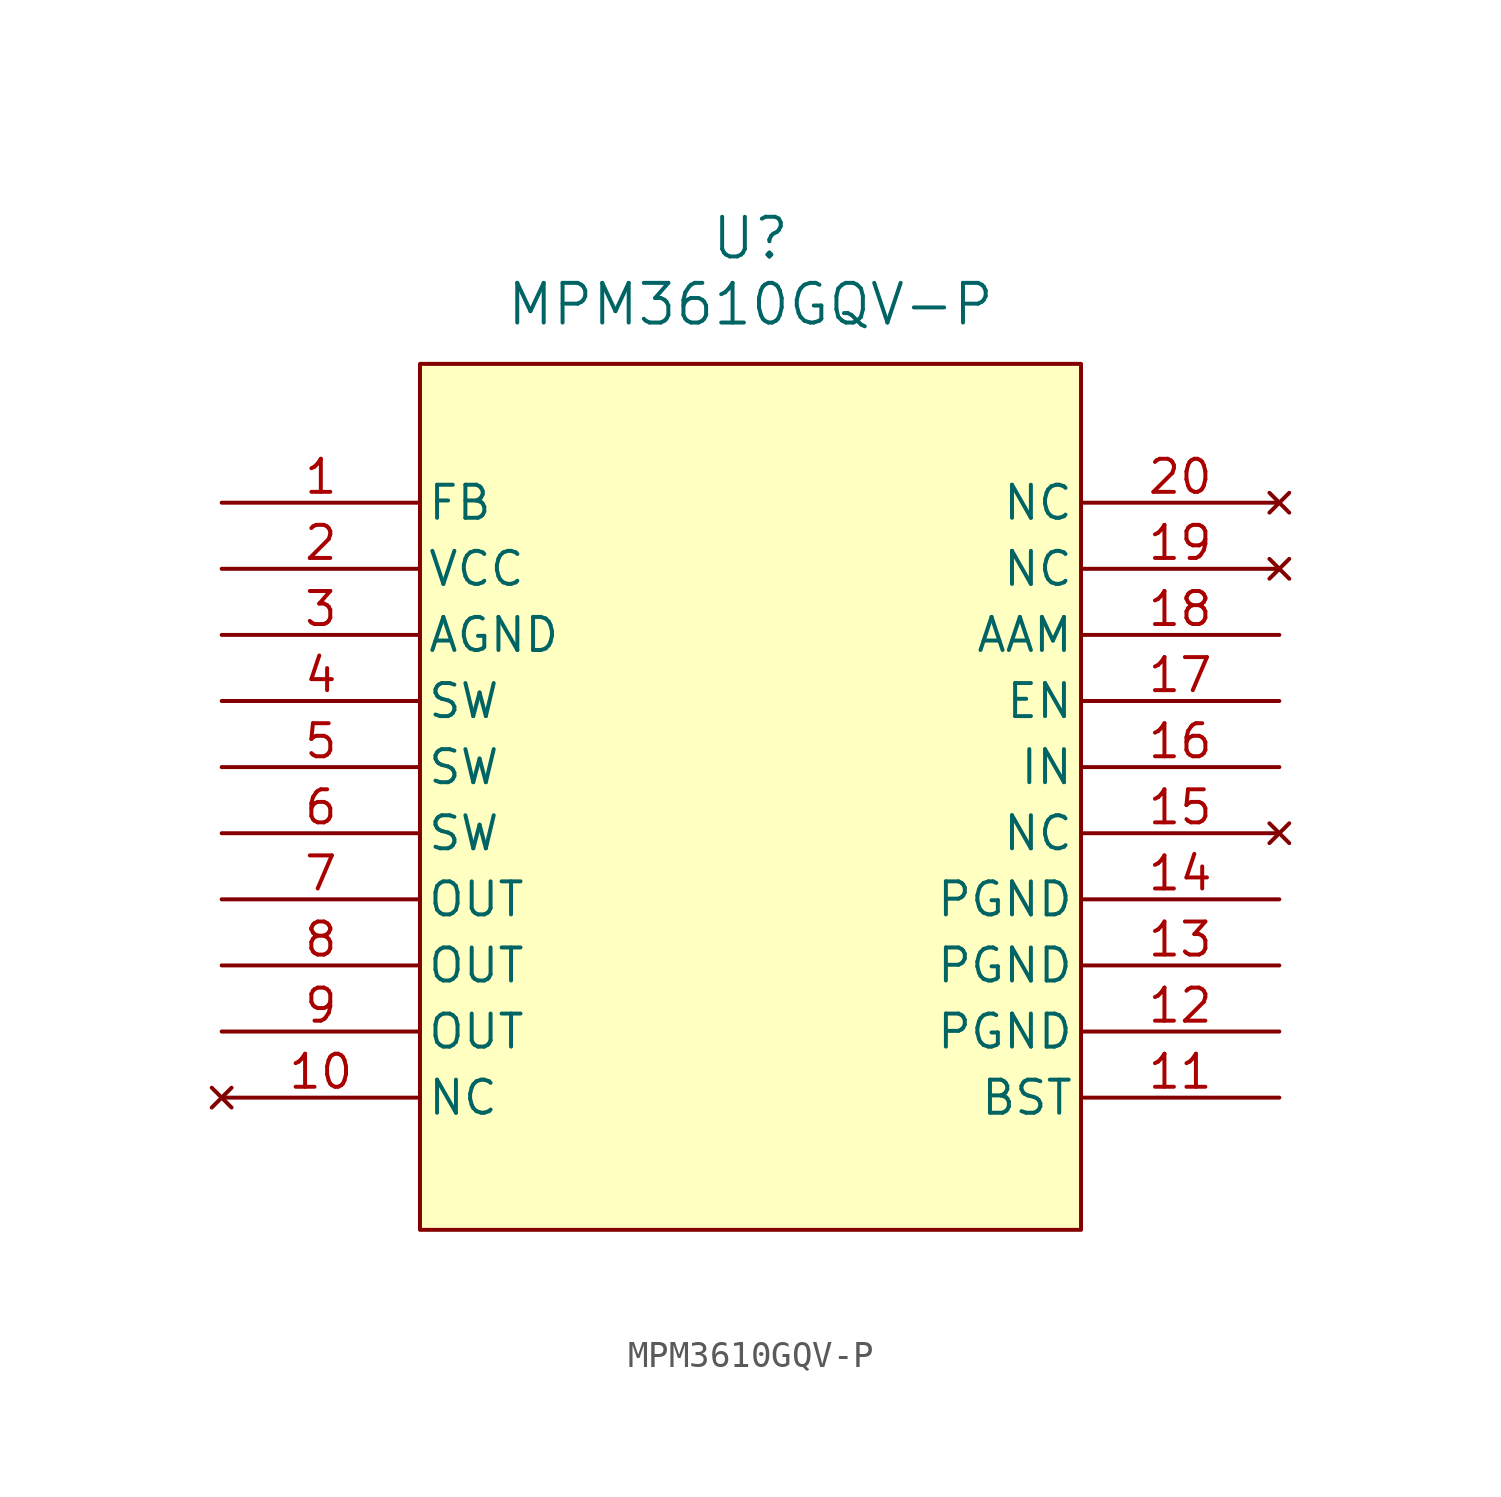
<source format=kicad_sym>
(kicad_symbol_lib
  (version 20231120)
  (generator "kicad_symbol_editor")
  (generator_version "8.0")
  (symbol "MPM3610GQV-P"
    (pin_names
      (offset 0.254))
    (property "Reference" "U"
      (at 20.32 10.16 0)
      (effects (font (size 1.524 1.524))))
    (property "Value" "MPM3610GQV-P"
      (at 20.32 7.62 0)
      (effects (font (size 1.524 1.524))))
    (symbol "MPM3610GQV-P_0_1"
      (pin unspecified line (at 0 0 0) (length 7.62) (name "FB" (effects (font (size 1.27 1.27)))) (number "1" (effects (font (size 1.27 1.27)))))
      (pin no_connect line (at 0 -22.86 0) (length 7.62) (name "NC" (effects (font (size 1.27 1.27)))) (number "10" (effects (font (size 1.27 1.27)))))
      (pin unspecified line (at 40.64 -22.86 180) (length 7.62) (name "BST" (effects (font (size 1.27 1.27)))) (number "11" (effects (font (size 1.27 1.27)))))
      (pin power_out line (at 40.64 -20.32 180) (length 7.62) (name "PGND" (effects (font (size 1.27 1.27)))) (number "12" (effects (font (size 1.27 1.27)))))
      (pin power_out line (at 40.64 -17.78 180) (length 7.62) (name "PGND" (effects (font (size 1.27 1.27)))) (number "13" (effects (font (size 1.27 1.27)))))
      (pin power_out line (at 40.64 -15.24 180) (length 7.62) (name "PGND" (effects (font (size 1.27 1.27)))) (number "14" (effects (font (size 1.27 1.27)))))
      (pin no_connect line (at 40.64 -12.7 180) (length 7.62) (name "NC" (effects (font (size 1.27 1.27)))) (number "15" (effects (font (size 1.27 1.27)))))
      (pin power_in line (at 40.64 -10.16 180) (length 7.62) (name "IN" (effects (font (size 1.27 1.27)))) (number "16" (effects (font (size 1.27 1.27)))))
      (pin unspecified line (at 40.64 -7.62 180) (length 7.62) (name "EN" (effects (font (size 1.27 1.27)))) (number "17" (effects (font (size 1.27 1.27)))))
      (pin unspecified line (at 40.64 -5.08 180) (length 7.62) (name "AAM" (effects (font (size 1.27 1.27)))) (number "18" (effects (font (size 1.27 1.27)))))
      (pin no_connect line (at 40.64 -2.54 180) (length 7.62) (name "NC" (effects (font (size 1.27 1.27)))) (number "19" (effects (font (size 1.27 1.27)))))
      (pin power_in line (at 0 -2.54 0) (length 7.62) (name "VCC" (effects (font (size 1.27 1.27)))) (number "2" (effects (font (size 1.27 1.27)))))
      (pin no_connect line (at 40.64 0 180) (length 7.62) (name "NC" (effects (font (size 1.27 1.27)))) (number "20" (effects (font (size 1.27 1.27)))))
      (pin power_out line (at 0 -5.08 0) (length 7.62) (name "AGND" (effects (font (size 1.27 1.27)))) (number "3" (effects (font (size 1.27 1.27)))))
      (pin output line (at 0 -7.62 0) (length 7.62) (name "SW" (effects (font (size 1.27 1.27)))) (number "4" (effects (font (size 1.27 1.27)))))
      (pin output line (at 0 -10.16 0) (length 7.62) (name "SW" (effects (font (size 1.27 1.27)))) (number "5" (effects (font (size 1.27 1.27)))))
      (pin output line (at 0 -12.7 0) (length 7.62) (name "SW" (effects (font (size 1.27 1.27)))) (number "6" (effects (font (size 1.27 1.27)))))
      (pin output line (at 0 -15.24 0) (length 7.62) (name "OUT" (effects (font (size 1.27 1.27)))) (number "7" (effects (font (size 1.27 1.27)))))
      (pin output line (at 0 -17.78 0) (length 7.62) (name "OUT" (effects (font (size 1.27 1.27)))) (number "8" (effects (font (size 1.27 1.27)))))
      (pin output line (at 0 -20.32 0) (length 7.62) (name "OUT" (effects (font (size 1.27 1.27)))) (number "9" (effects (font (size 1.27 1.27))))))
    (symbol "MPM3610GQV-P_1_1"
      (rectangle (start 7.62 5.334) (end 33.02 -27.94) (stroke (width 0) (type default)) (fill (type background))))))
</source>
